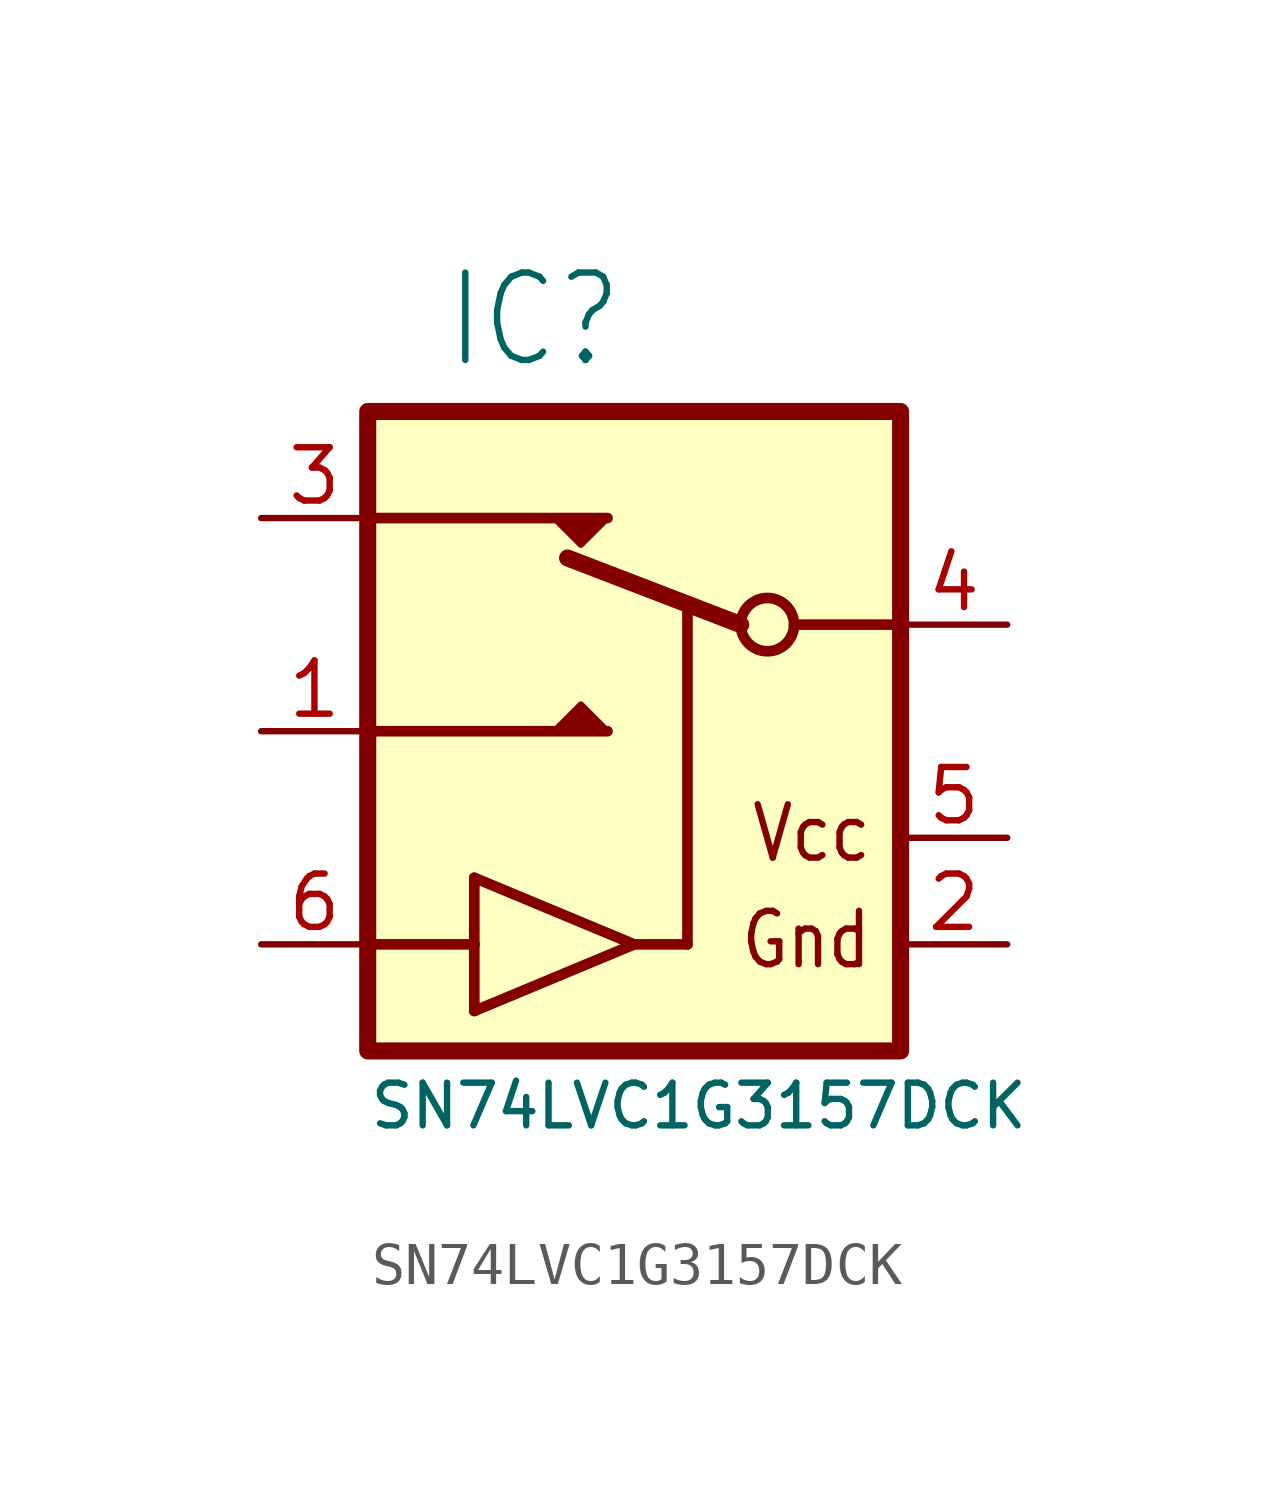
<source format=kicad_sym>
(kicad_symbol_lib
  (version 20220914)
  (generator kicad_symbol_editor)
  (symbol "SN74LVC1G3157DCK"
    (property "Reference" "IC"
      (at -5.817 11.125 0)
      (effects (font (size 2.083 1.77)) (justify left bottom)))
    (property "Value" "SN74LVC1G3157DCK"
      (at -7.62 -6.985 0)
      (effects (font (size 1.016 1.016)) (justify left bottom)))
    (symbol "SN74LVC1G3157DCK_1_0"
      (rectangle (start -7.62 10.16) (end 5.08 -5.08) (stroke (width 0.406) (type default)) (fill (type background)))
      (polyline (pts (xy -7.62 -2.54) (xy -5.08 -2.54)) (stroke (width 0.254) (type solid)) (fill (type none)))
      (polyline (pts (xy -7.62 2.54) (xy -1.905 2.54)) (stroke (width 0.254) (type solid)) (fill (type none)))
      (polyline (pts (xy -7.62 7.62) (xy -1.905 7.62)) (stroke (width 0.254) (type solid)) (fill (type none)))
      (polyline (pts (xy -5.08 -4.128) (xy -5.08 -2.54)) (stroke (width 0.254) (type solid)) (fill (type none)))
      (polyline (pts (xy -5.08 -2.54) (xy -5.08 -0.953)) (stroke (width 0.254) (type solid)) (fill (type none)))
      (polyline (pts (xy -5.08 -0.953) (xy -1.27 -2.54)) (stroke (width 0.254) (type solid)) (fill (type none)))
      (polyline (pts (xy -1.27 -2.54) (xy -5.08 -4.128)) (stroke (width 0.254) (type solid)) (fill (type none)))
      (polyline (pts (xy 0 -2.54) (xy -1.27 -2.54)) (stroke (width 0.254) (type solid)) (fill (type none)))
      (polyline (pts (xy 0 5.397) (xy 0 -2.54)) (stroke (width 0.254) (type solid)) (fill (type none)))
      (polyline (pts (xy 1.27 5.08) (xy -2.857 6.668)) (stroke (width 0.406) (type solid)) (fill (type none)))
      (polyline (pts (xy 2.54 5.08) (xy 5.08 5.08)) (stroke (width 0.254) (type solid)) (fill (type none)))
      (polyline (pts (xy -3.175 2.54) (xy -2.54 3.175) (xy -1.905 2.54) (xy -3.175 2.54)) (stroke (width 0) (type default)) (fill (type outline)))
      (polyline (pts (xy -1.905 7.62) (xy -2.54 6.985) (xy -3.175 7.62) (xy -1.905 7.62)) (stroke (width 0) (type default)) (fill (type outline)))
      (circle (center 1.905 5.08) (radius 0.635) (stroke (width 0.254) (type solid)) (fill (type none)))
      (text "Gnd" (at 4.445 -3.175 0) (effects (font (size 1.27 1.079)) (justify right bottom)))
      (text "Vcc" (at 4.445 -0.635 0) (effects (font (size 1.27 1.079)) (justify right bottom)))
      (pin bidirectional line (at -10.16 2.54 0) (length 2.54) (name "NO" (effects (font (size 0 0)))) (number "1" (effects (font (size 1.27 1.27)))))
      (pin passive line (at 7.62 -2.54 180) (length 2.54) (name "GND" (effects (font (size 0 0)))) (number "2" (effects (font (size 1.27 1.27)))))
      (pin bidirectional line (at -10.16 7.62 0) (length 2.54) (name "NC" (effects (font (size 0 0)))) (number "3" (effects (font (size 1.27 1.27)))))
      (pin bidirectional line (at 7.62 5.08 180) (length 2.54) (name "COM" (effects (font (size 0 0)))) (number "4" (effects (font (size 1.27 1.27)))))
      (pin power_in line (at 7.62 0 180) (length 2.54) (name "VDD" (effects (font (size 0 0)))) (number "5" (effects (font (size 1.27 1.27)))))
      (pin input line (at -10.16 -2.54 0) (length 2.54) (name "CTRL" (effects (font (size 0 0)))) (number "6" (effects (font (size 1.27 1.27))))))))
</source>
